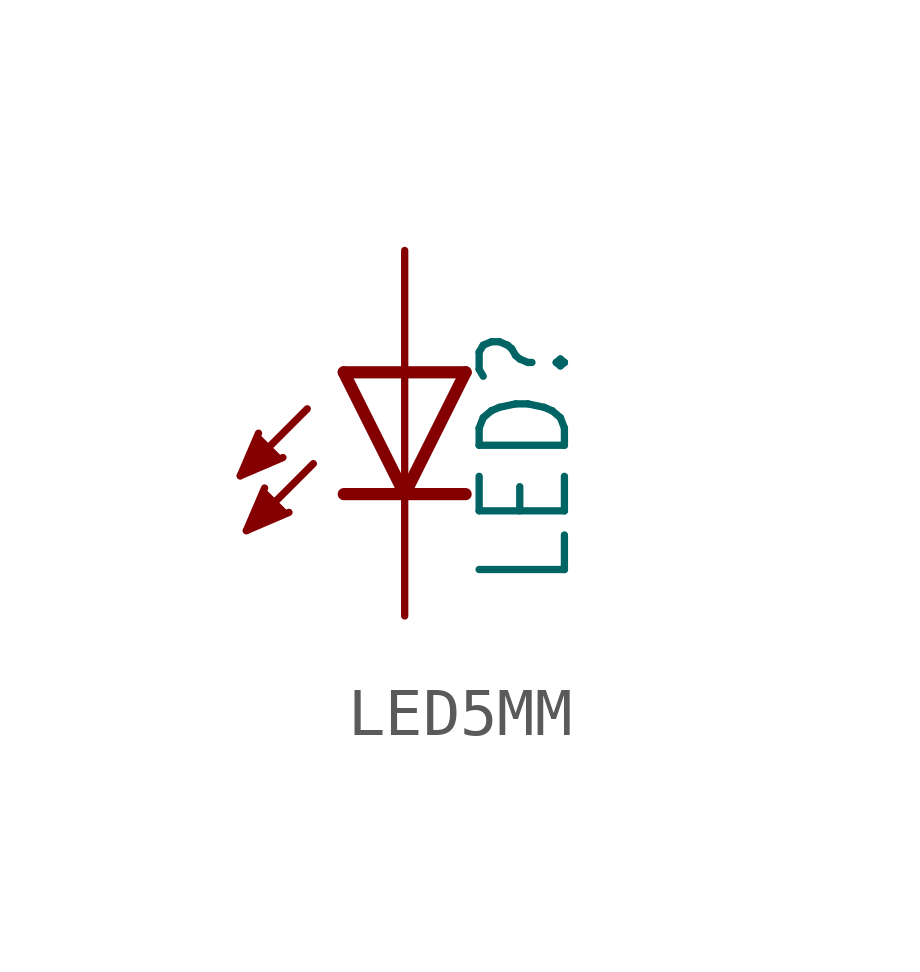
<source format=kicad_sym>
(kicad_symbol_lib
  (version 20231120)
  (generator "kicad_symbol_editor")
  (generator_version "8.0")
  (symbol "LED5MM"
    (property "Reference" "LED"
      (at 3.556 -4.572 90)
      (effects (font (size 1.778 1.511)) (justify left bottom)))
    (property "Value" ""
      (at 5.715 -4.572 90)
      (effects (font (size 1.778 1.511)) (justify left bottom)))
    (property "ki_locked" ""
      (at 0 0 0)
      (effects (font (size 1.27 1.27))))
    (symbol "LED5MM_1_0"
      (polyline (pts (xy -2.032 -0.762) (xy -3.429 -2.159)) (stroke (width 0.152) (type solid)) (fill (type none)))
      (polyline (pts (xy -1.905 -1.905) (xy -3.302 -3.302)) (stroke (width 0.152) (type solid)) (fill (type none)))
      (polyline (pts (xy 0 -2.54) (xy -1.27 -2.54)) (stroke (width 0.254) (type solid)) (fill (type none)))
      (polyline (pts (xy 0 -2.54) (xy -1.27 0)) (stroke (width 0.254) (type solid)) (fill (type none)))
      (polyline (pts (xy 0 0) (xy -1.27 0)) (stroke (width 0.254) (type solid)) (fill (type none)))
      (polyline (pts (xy 0 0) (xy 0 -2.54)) (stroke (width 0.152) (type solid)) (fill (type none)))
      (polyline (pts (xy 1.27 -2.54) (xy 0 -2.54)) (stroke (width 0.254) (type solid)) (fill (type none)))
      (polyline (pts (xy 1.27 0) (xy 0 -2.54)) (stroke (width 0.254) (type solid)) (fill (type none)))
      (polyline (pts (xy 1.27 0) (xy 0 0)) (stroke (width 0.254) (type solid)) (fill (type none)))
      (polyline (pts (xy -3.048 -1.27) (xy -3.429 -2.159) (xy -2.54 -1.778)) (stroke (width 0.152) (type solid)) (fill (type outline)))
      (polyline (pts (xy -2.921 -2.413) (xy -3.302 -3.302) (xy -2.413 -2.921)) (stroke (width 0.152) (type solid)) (fill (type outline)))
      (pin passive line (at 0 2.54 270) (length 2.54) (name "A" (effects (font (size 0 0)))) (number "A" (effects (font (size 0 0)))))
      (pin passive line (at 0 -5.08 90) (length 2.54) (name "C" (effects (font (size 0 0)))) (number "K" (effects (font (size 0 0))))))))
</source>
